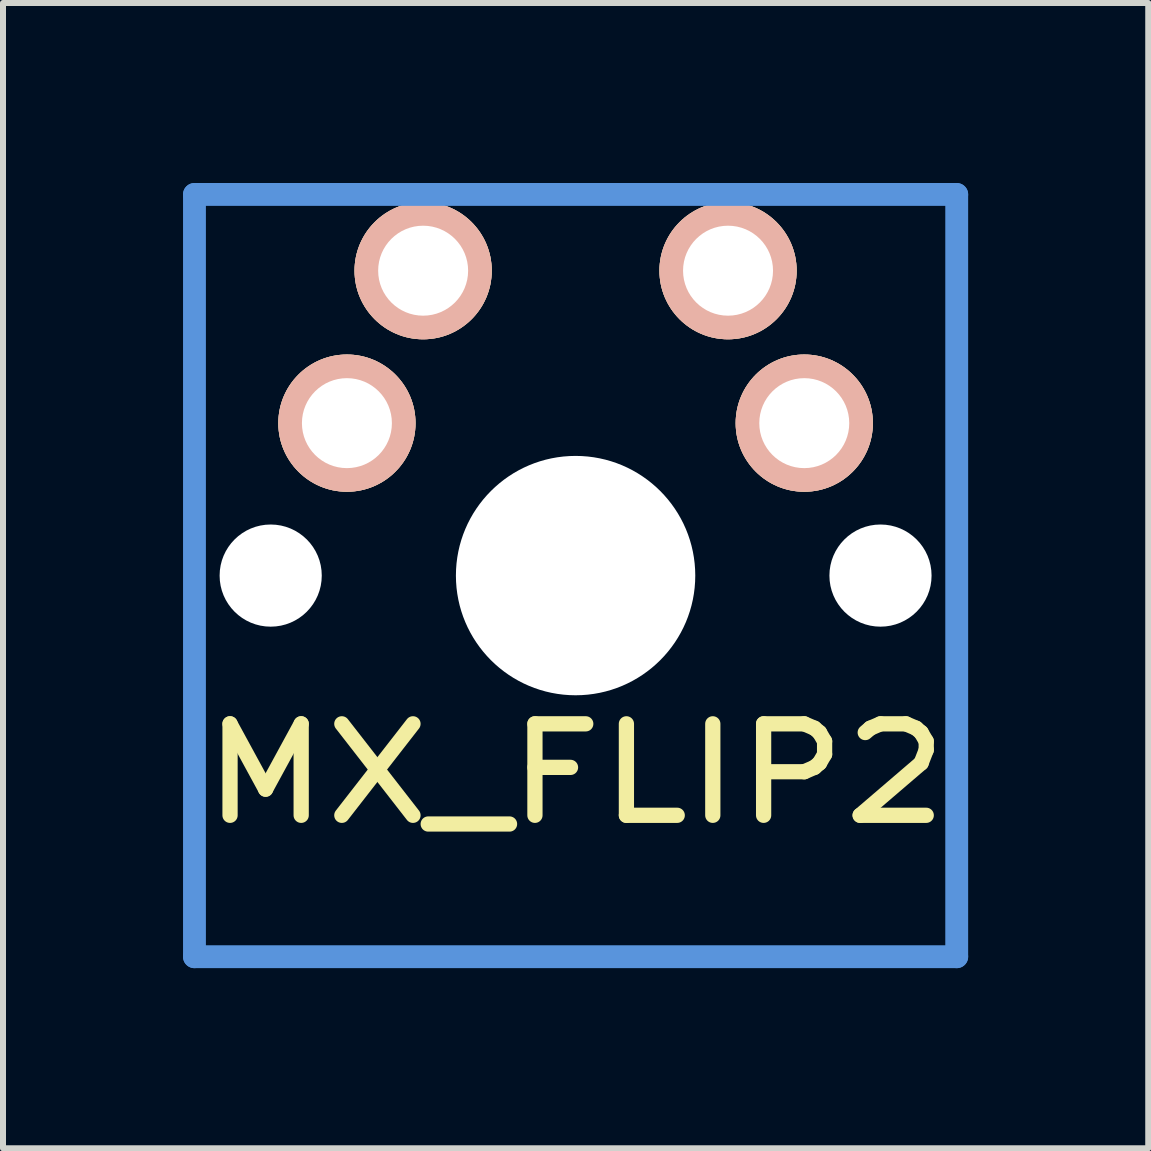
<source format=kicad_pcb>
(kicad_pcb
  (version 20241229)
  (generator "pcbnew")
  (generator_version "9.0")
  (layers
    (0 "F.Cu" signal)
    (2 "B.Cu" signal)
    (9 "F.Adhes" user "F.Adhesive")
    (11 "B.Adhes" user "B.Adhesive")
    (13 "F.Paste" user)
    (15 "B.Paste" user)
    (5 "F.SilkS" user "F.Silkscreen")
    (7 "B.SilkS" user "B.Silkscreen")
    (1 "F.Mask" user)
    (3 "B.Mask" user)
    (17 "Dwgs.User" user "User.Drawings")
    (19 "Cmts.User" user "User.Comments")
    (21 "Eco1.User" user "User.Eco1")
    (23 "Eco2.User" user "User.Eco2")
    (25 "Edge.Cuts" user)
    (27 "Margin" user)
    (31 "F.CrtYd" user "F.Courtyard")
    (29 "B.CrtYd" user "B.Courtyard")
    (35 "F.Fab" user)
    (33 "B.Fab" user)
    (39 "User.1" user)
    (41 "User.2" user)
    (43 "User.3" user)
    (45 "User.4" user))
  (footprint "MX_FLIP2"
    (layer "F.Cu")
    (at 6.54 6.54)
    (property "Reference" "MX_FLIP2" (at 0 3.302 0) (layer "F.SilkS") (effects (font (size 1.524 1.778) (thickness 0.254))))
    (attr through_hole)
    (fp_line (start -6.35 -6.35) (end 6.35 -6.35) (stroke (width 0.381) (type solid)) (layer "Cmts.User"))
    (fp_line (start -6.35 6.35) (end -6.35 -6.35) (stroke (width 0.381) (type solid)) (layer "Cmts.User"))
    (fp_line (start 6.35 -6.35) (end 6.35 6.35) (stroke (width 0.381) (type solid)) (layer "Cmts.User"))
    (fp_line (start 6.35 6.35) (end -6.35 6.35) (stroke (width 0.381) (type solid)) (layer "Cmts.User"))
    (pad "" np_thru_hole circle (at -5.08 0) (size 1.702 1.702) (drill 1.702) (layers "*.Cu" "*.Mask"))
    (pad "" np_thru_hole circle (at 0 0) (size 3.988 3.988) (drill 3.988) (layers "*.Cu" "*.Mask"))
    (pad "" np_thru_hole circle (at 5.08 0) (size 1.702 1.702) (drill 1.702) (layers "*.Cu" "*.Mask"))
    (pad "1" thru_hole circle (at 2.54 -5.08) (size 2.286 2.286) (drill 1.499) (layers "*.Cu" "*.SilkS" "*.Mask"))
    (pad "1" thru_hole circle (at 3.81 -2.54) (size 2.286 2.286) (drill 1.499) (layers "*.Cu" "*.SilkS" "*.Mask"))
    (pad "2" thru_hole circle (at -3.81 -2.54) (size 2.286 2.286) (drill 1.499) (layers "*.Cu" "*.SilkS" "*.Mask"))
    (pad "2" thru_hole circle (at -2.54 -5.08) (size 2.286 2.286) (drill 1.499) (layers "*.Cu" "*.SilkS" "*.Mask")))
  (gr_rect
    (start -3 -3)
    (end 16.081 16.081)
    (stroke (width 0.1) (type default))
    (fill no)
    (layer "Edge.Cuts")))
</source>
